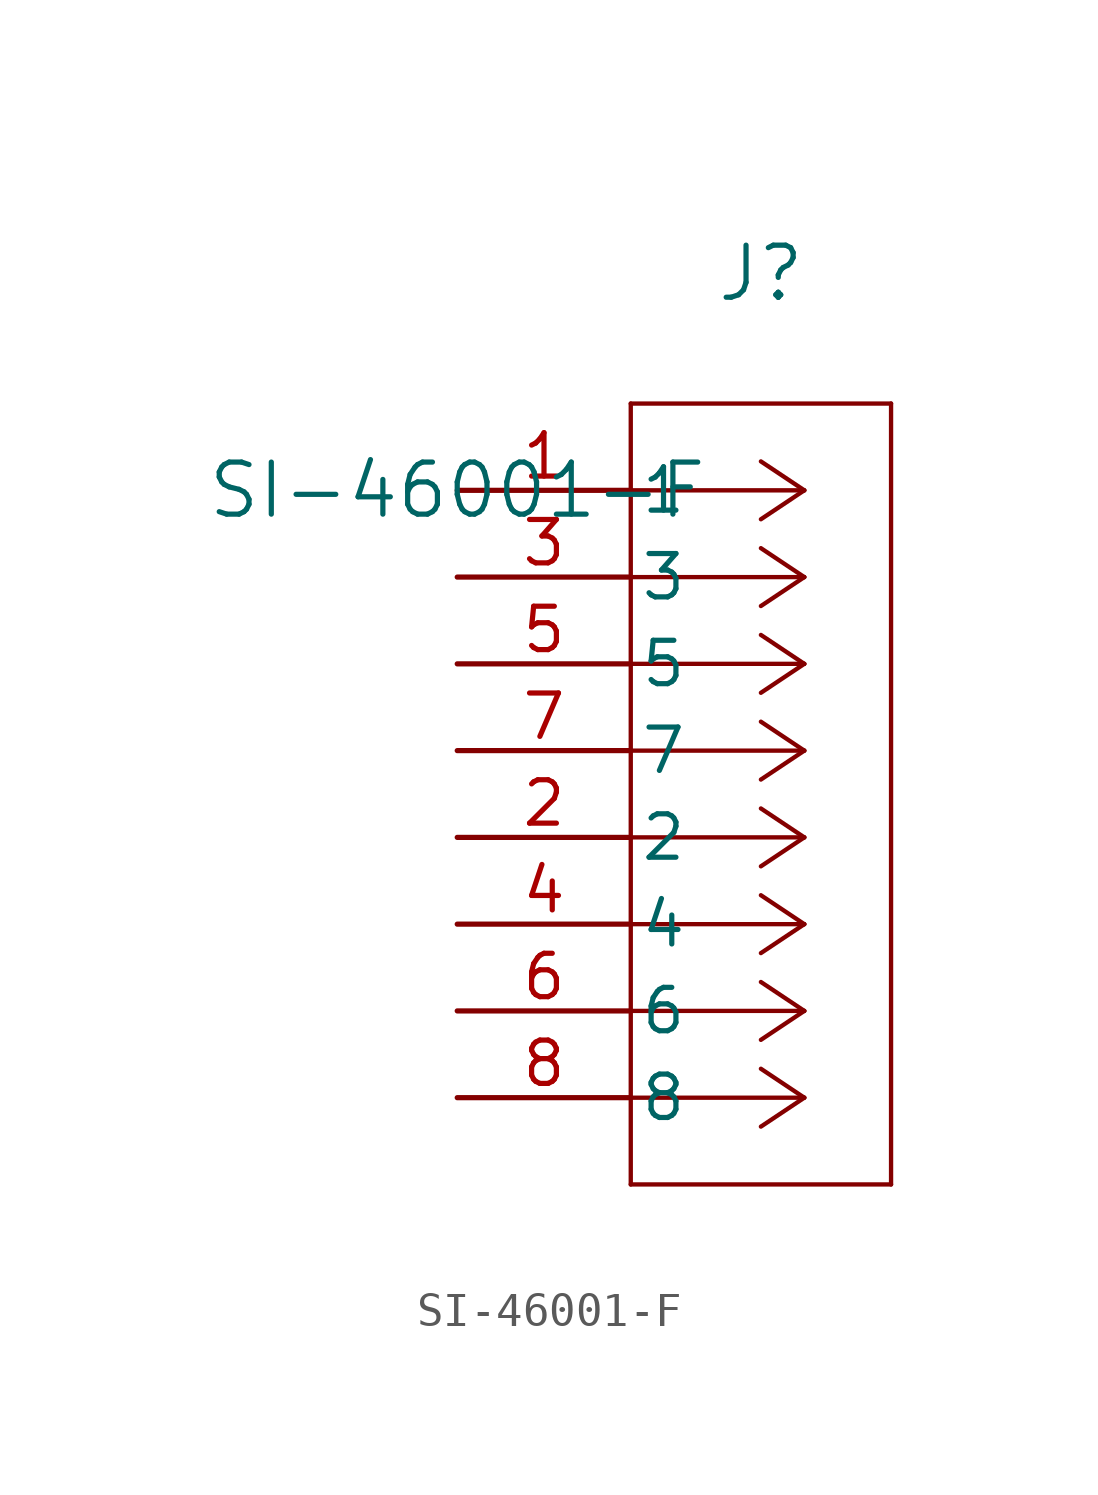
<source format=kicad_sym>
(kicad_symbol_lib
  (version 20211014)
  (generator kicad_symbol_editor)
  (symbol "SI-46001-F"
    (pin_names
      (offset 0.254))
    (property "Reference" "J"
      (at 8.89 6.35 0)
      (effects (font (size 1.524 1.524))))
    (property "Value" "SI-46001-F"
      (at 0 0 0)
      (effects (font (size 1.524 1.524))))
    (symbol "SI-46001-F_0_1"
      (polyline (pts (xy 10.16 0) (xy 5.08 0)) (stroke (width 0.127) (type default) (color 0 0 0 0)) (fill (type none)))
      (polyline (pts (xy 10.16 -2.54) (xy 5.08 -2.54)) (stroke (width 0.127) (type default) (color 0 0 0 0)) (fill (type none)))
      (polyline (pts (xy 10.16 -5.08) (xy 5.08 -5.08)) (stroke (width 0.127) (type default) (color 0 0 0 0)) (fill (type none)))
      (polyline (pts (xy 10.16 -7.62) (xy 5.08 -7.62)) (stroke (width 0.127) (type default) (color 0 0 0 0)) (fill (type none)))
      (polyline (pts (xy 10.16 -10.16) (xy 5.08 -10.16)) (stroke (width 0.127) (type default) (color 0 0 0 0)) (fill (type none)))
      (polyline (pts (xy 10.16 -12.7) (xy 5.08 -12.7)) (stroke (width 0.127) (type default) (color 0 0 0 0)) (fill (type none)))
      (polyline (pts (xy 10.16 -15.24) (xy 5.08 -15.24)) (stroke (width 0.127) (type default) (color 0 0 0 0)) (fill (type none)))
      (polyline (pts (xy 10.16 -17.78) (xy 5.08 -17.78)) (stroke (width 0.127) (type default) (color 0 0 0 0)) (fill (type none)))
      (polyline (pts (xy 10.16 0) (xy 8.89 0.847)) (stroke (width 0.127) (type default) (color 0 0 0 0)) (fill (type none)))
      (polyline (pts (xy 10.16 -2.54) (xy 8.89 -1.693)) (stroke (width 0.127) (type default) (color 0 0 0 0)) (fill (type none)))
      (polyline (pts (xy 10.16 -5.08) (xy 8.89 -4.233)) (stroke (width 0.127) (type default) (color 0 0 0 0)) (fill (type none)))
      (polyline (pts (xy 10.16 -7.62) (xy 8.89 -6.773)) (stroke (width 0.127) (type default) (color 0 0 0 0)) (fill (type none)))
      (polyline (pts (xy 10.16 -10.16) (xy 8.89 -9.313)) (stroke (width 0.127) (type default) (color 0 0 0 0)) (fill (type none)))
      (polyline (pts (xy 10.16 -12.7) (xy 8.89 -11.853)) (stroke (width 0.127) (type default) (color 0 0 0 0)) (fill (type none)))
      (polyline (pts (xy 10.16 -15.24) (xy 8.89 -14.393)) (stroke (width 0.127) (type default) (color 0 0 0 0)) (fill (type none)))
      (polyline (pts (xy 10.16 -17.78) (xy 8.89 -16.933)) (stroke (width 0.127) (type default) (color 0 0 0 0)) (fill (type none)))
      (polyline (pts (xy 10.16 0) (xy 8.89 -0.847)) (stroke (width 0.127) (type default) (color 0 0 0 0)) (fill (type none)))
      (polyline (pts (xy 10.16 -2.54) (xy 8.89 -3.387)) (stroke (width 0.127) (type default) (color 0 0 0 0)) (fill (type none)))
      (polyline (pts (xy 10.16 -5.08) (xy 8.89 -5.927)) (stroke (width 0.127) (type default) (color 0 0 0 0)) (fill (type none)))
      (polyline (pts (xy 10.16 -7.62) (xy 8.89 -8.467)) (stroke (width 0.127) (type default) (color 0 0 0 0)) (fill (type none)))
      (polyline (pts (xy 10.16 -10.16) (xy 8.89 -11.007)) (stroke (width 0.127) (type default) (color 0 0 0 0)) (fill (type none)))
      (polyline (pts (xy 10.16 -12.7) (xy 8.89 -13.547)) (stroke (width 0.127) (type default) (color 0 0 0 0)) (fill (type none)))
      (polyline (pts (xy 10.16 -15.24) (xy 8.89 -16.087)) (stroke (width 0.127) (type default) (color 0 0 0 0)) (fill (type none)))
      (polyline (pts (xy 10.16 -17.78) (xy 8.89 -18.627)) (stroke (width 0.127) (type default) (color 0 0 0 0)) (fill (type none)))
      (polyline (pts (xy 5.08 2.54) (xy 5.08 -20.32)) (stroke (width 0.127) (type default) (color 0 0 0 0)) (fill (type none)))
      (polyline (pts (xy 5.08 -20.32) (xy 12.7 -20.32)) (stroke (width 0.127) (type default) (color 0 0 0 0)) (fill (type none)))
      (polyline (pts (xy 12.7 -20.32) (xy 12.7 2.54)) (stroke (width 0.127) (type default) (color 0 0 0 0)) (fill (type none)))
      (polyline (pts (xy 12.7 2.54) (xy 5.08 2.54)) (stroke (width 0.127) (type default) (color 0 0 0 0)) (fill (type none)))
      (pin unspecified line (at 0 0 0) (length 5.08) (name "1" (effects (font (size 1.27 1.27)))) (number "1" (effects (font (size 1.27 1.27)))))
      (pin unspecified line (at 0 -2.54 0) (length 5.08) (name "3" (effects (font (size 1.27 1.27)))) (number "3" (effects (font (size 1.27 1.27)))))
      (pin unspecified line (at 0 -5.08 0) (length 5.08) (name "5" (effects (font (size 1.27 1.27)))) (number "5" (effects (font (size 1.27 1.27)))))
      (pin unspecified line (at 0 -7.62 0) (length 5.08) (name "7" (effects (font (size 1.27 1.27)))) (number "7" (effects (font (size 1.27 1.27)))))
      (pin unspecified line (at 0 -10.16 0) (length 5.08) (name "2" (effects (font (size 1.27 1.27)))) (number "2" (effects (font (size 1.27 1.27)))))
      (pin unspecified line (at 0 -12.7 0) (length 5.08) (name "4" (effects (font (size 1.27 1.27)))) (number "4" (effects (font (size 1.27 1.27)))))
      (pin unspecified line (at 0 -15.24 0) (length 5.08) (name "6" (effects (font (size 1.27 1.27)))) (number "6" (effects (font (size 1.27 1.27)))))
      (pin unspecified line (at 0 -17.78 0) (length 5.08) (name "8" (effects (font (size 1.27 1.27)))) (number "8" (effects (font (size 1.27 1.27))))))))
</source>
